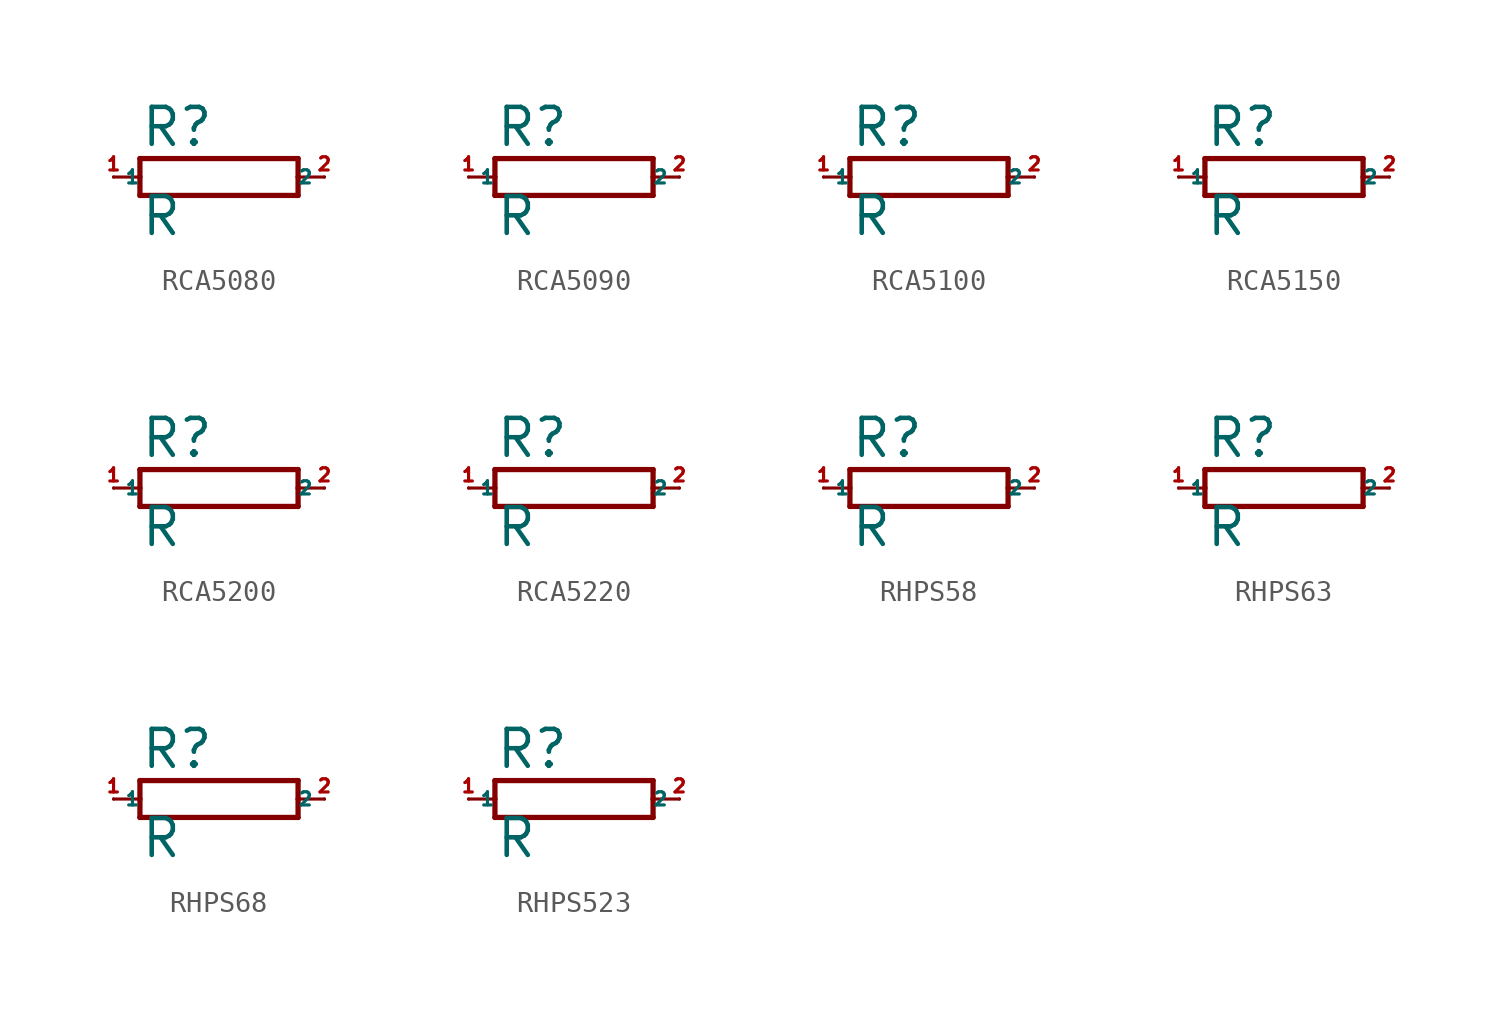
<source format=kicad_sym>
(kicad_symbol_lib
  (version 20220914)
  (generator Eagle2Kicad)
  (symbol "RCA5080"
    (property "Reference" "R"
      (at -3.81 1.372 0)
      (effects (font (size 1.778 1.778) (thickness 0.22)) (justify left bottom)))
    (property "Value" "R"
      (at -3.81 -2.921 0)
      (effects (font (size 1.778 1.778) (thickness 0.22)) (justify left bottom)))
    (polyline
      (pts (xy -3.81 -0.889) (xy 3.81 -0.889))
      (stroke (width 0.254) (type default))
      (fill (type none)))
    (polyline
      (pts (xy 3.81 -0.889) (xy 3.81 0))
      (stroke (width 0.254) (type default))
      (fill (type none)))
    (polyline
      (pts (xy 3.81 0.889) (xy -3.81 0.889))
      (stroke (width 0.254) (type default))
      (fill (type none)))
    (polyline
      (pts (xy -3.81 -0.889) (xy -3.81 0))
      (stroke (width 0.254) (type default))
      (fill (type none)))
    (polyline
      (pts (xy 3.81 0) (xy 5.08 0))
      (stroke (width 0.152) (type default))
      (fill (type none)))
    (polyline
      (pts (xy 3.81 0) (xy 3.81 0.889))
      (stroke (width 0.254) (type default))
      (fill (type none)))
    (polyline
      (pts (xy -5.08 0) (xy -3.81 0))
      (stroke (width 0.152) (type default))
      (fill (type none)))
    (polyline
      (pts (xy -3.81 0) (xy -3.81 0.889))
      (stroke (width 0.254) (type default))
      (fill (type none)))
    (pin passive line
      (at 5.08 0 180)
      (length 0)
      (name "2" (effects (font (size 0.635 0.635) (thickness 0.08)) (justify left bottom)))
      (number "2" (effects (font (size 0.635 0.635) (thickness 0.08)) (justify left bottom))))
    (pin passive line
      (at -5.08 0 0)
      (length 0)
      (name "1" (effects (font (size 0.635 0.635) (thickness 0.08)) (justify left bottom)))
      (number "1" (effects (font (size 0.635 0.635) (thickness 0.08)) (justify left bottom)))))
  (symbol "RCA5090"
    (property "Reference" "R"
      (at -3.81 1.372 0)
      (effects (font (size 1.778 1.778) (thickness 0.22)) (justify left bottom)))
    (property "Value" "R"
      (at -3.81 -2.921 0)
      (effects (font (size 1.778 1.778) (thickness 0.22)) (justify left bottom)))
    (polyline
      (pts (xy -3.81 -0.889) (xy 3.81 -0.889))
      (stroke (width 0.254) (type default))
      (fill (type none)))
    (polyline
      (pts (xy 3.81 -0.889) (xy 3.81 0))
      (stroke (width 0.254) (type default))
      (fill (type none)))
    (polyline
      (pts (xy 3.81 0.889) (xy -3.81 0.889))
      (stroke (width 0.254) (type default))
      (fill (type none)))
    (polyline
      (pts (xy -3.81 -0.889) (xy -3.81 0))
      (stroke (width 0.254) (type default))
      (fill (type none)))
    (polyline
      (pts (xy 3.81 0) (xy 5.08 0))
      (stroke (width 0.152) (type default))
      (fill (type none)))
    (polyline
      (pts (xy 3.81 0) (xy 3.81 0.889))
      (stroke (width 0.254) (type default))
      (fill (type none)))
    (polyline
      (pts (xy -5.08 0) (xy -3.81 0))
      (stroke (width 0.152) (type default))
      (fill (type none)))
    (polyline
      (pts (xy -3.81 0) (xy -3.81 0.889))
      (stroke (width 0.254) (type default))
      (fill (type none)))
    (pin passive line
      (at 5.08 0 180)
      (length 0)
      (name "2" (effects (font (size 0.635 0.635) (thickness 0.08)) (justify left bottom)))
      (number "2" (effects (font (size 0.635 0.635) (thickness 0.08)) (justify left bottom))))
    (pin passive line
      (at -5.08 0 0)
      (length 0)
      (name "1" (effects (font (size 0.635 0.635) (thickness 0.08)) (justify left bottom)))
      (number "1" (effects (font (size 0.635 0.635) (thickness 0.08)) (justify left bottom)))))
  (symbol "RCA5100"
    (property "Reference" "R"
      (at -3.81 1.372 0)
      (effects (font (size 1.778 1.778) (thickness 0.22)) (justify left bottom)))
    (property "Value" "R"
      (at -3.81 -2.921 0)
      (effects (font (size 1.778 1.778) (thickness 0.22)) (justify left bottom)))
    (polyline
      (pts (xy -3.81 -0.889) (xy 3.81 -0.889))
      (stroke (width 0.254) (type default))
      (fill (type none)))
    (polyline
      (pts (xy 3.81 -0.889) (xy 3.81 0))
      (stroke (width 0.254) (type default))
      (fill (type none)))
    (polyline
      (pts (xy 3.81 0.889) (xy -3.81 0.889))
      (stroke (width 0.254) (type default))
      (fill (type none)))
    (polyline
      (pts (xy -3.81 -0.889) (xy -3.81 0))
      (stroke (width 0.254) (type default))
      (fill (type none)))
    (polyline
      (pts (xy 3.81 0) (xy 5.08 0))
      (stroke (width 0.152) (type default))
      (fill (type none)))
    (polyline
      (pts (xy 3.81 0) (xy 3.81 0.889))
      (stroke (width 0.254) (type default))
      (fill (type none)))
    (polyline
      (pts (xy -5.08 0) (xy -3.81 0))
      (stroke (width 0.152) (type default))
      (fill (type none)))
    (polyline
      (pts (xy -3.81 0) (xy -3.81 0.889))
      (stroke (width 0.254) (type default))
      (fill (type none)))
    (pin passive line
      (at 5.08 0 180)
      (length 0)
      (name "2" (effects (font (size 0.635 0.635) (thickness 0.08)) (justify left bottom)))
      (number "2" (effects (font (size 0.635 0.635) (thickness 0.08)) (justify left bottom))))
    (pin passive line
      (at -5.08 0 0)
      (length 0)
      (name "1" (effects (font (size 0.635 0.635) (thickness 0.08)) (justify left bottom)))
      (number "1" (effects (font (size 0.635 0.635) (thickness 0.08)) (justify left bottom)))))
  (symbol "RCA5150"
    (property "Reference" "R"
      (at -3.81 1.372 0)
      (effects (font (size 1.778 1.778) (thickness 0.22)) (justify left bottom)))
    (property "Value" "R"
      (at -3.81 -2.921 0)
      (effects (font (size 1.778 1.778) (thickness 0.22)) (justify left bottom)))
    (polyline
      (pts (xy -3.81 -0.889) (xy 3.81 -0.889))
      (stroke (width 0.254) (type default))
      (fill (type none)))
    (polyline
      (pts (xy 3.81 -0.889) (xy 3.81 0))
      (stroke (width 0.254) (type default))
      (fill (type none)))
    (polyline
      (pts (xy 3.81 0.889) (xy -3.81 0.889))
      (stroke (width 0.254) (type default))
      (fill (type none)))
    (polyline
      (pts (xy -3.81 -0.889) (xy -3.81 0))
      (stroke (width 0.254) (type default))
      (fill (type none)))
    (polyline
      (pts (xy 3.81 0) (xy 5.08 0))
      (stroke (width 0.152) (type default))
      (fill (type none)))
    (polyline
      (pts (xy 3.81 0) (xy 3.81 0.889))
      (stroke (width 0.254) (type default))
      (fill (type none)))
    (polyline
      (pts (xy -5.08 0) (xy -3.81 0))
      (stroke (width 0.152) (type default))
      (fill (type none)))
    (polyline
      (pts (xy -3.81 0) (xy -3.81 0.889))
      (stroke (width 0.254) (type default))
      (fill (type none)))
    (pin passive line
      (at 5.08 0 180)
      (length 0)
      (name "2" (effects (font (size 0.635 0.635) (thickness 0.08)) (justify left bottom)))
      (number "2" (effects (font (size 0.635 0.635) (thickness 0.08)) (justify left bottom))))
    (pin passive line
      (at -5.08 0 0)
      (length 0)
      (name "1" (effects (font (size 0.635 0.635) (thickness 0.08)) (justify left bottom)))
      (number "1" (effects (font (size 0.635 0.635) (thickness 0.08)) (justify left bottom)))))
  (symbol "RCA5200"
    (property "Reference" "R"
      (at -3.81 1.372 0)
      (effects (font (size 1.778 1.778) (thickness 0.22)) (justify left bottom)))
    (property "Value" "R"
      (at -3.81 -2.921 0)
      (effects (font (size 1.778 1.778) (thickness 0.22)) (justify left bottom)))
    (polyline
      (pts (xy -3.81 -0.889) (xy 3.81 -0.889))
      (stroke (width 0.254) (type default))
      (fill (type none)))
    (polyline
      (pts (xy 3.81 -0.889) (xy 3.81 0))
      (stroke (width 0.254) (type default))
      (fill (type none)))
    (polyline
      (pts (xy 3.81 0.889) (xy -3.81 0.889))
      (stroke (width 0.254) (type default))
      (fill (type none)))
    (polyline
      (pts (xy -3.81 -0.889) (xy -3.81 0))
      (stroke (width 0.254) (type default))
      (fill (type none)))
    (polyline
      (pts (xy 3.81 0) (xy 5.08 0))
      (stroke (width 0.152) (type default))
      (fill (type none)))
    (polyline
      (pts (xy 3.81 0) (xy 3.81 0.889))
      (stroke (width 0.254) (type default))
      (fill (type none)))
    (polyline
      (pts (xy -5.08 0) (xy -3.81 0))
      (stroke (width 0.152) (type default))
      (fill (type none)))
    (polyline
      (pts (xy -3.81 0) (xy -3.81 0.889))
      (stroke (width 0.254) (type default))
      (fill (type none)))
    (pin passive line
      (at 5.08 0 180)
      (length 0)
      (name "2" (effects (font (size 0.635 0.635) (thickness 0.08)) (justify left bottom)))
      (number "2" (effects (font (size 0.635 0.635) (thickness 0.08)) (justify left bottom))))
    (pin passive line
      (at -5.08 0 0)
      (length 0)
      (name "1" (effects (font (size 0.635 0.635) (thickness 0.08)) (justify left bottom)))
      (number "1" (effects (font (size 0.635 0.635) (thickness 0.08)) (justify left bottom)))))
  (symbol "RCA5220"
    (property "Reference" "R"
      (at -3.81 1.372 0)
      (effects (font (size 1.778 1.778) (thickness 0.22)) (justify left bottom)))
    (property "Value" "R"
      (at -3.81 -2.921 0)
      (effects (font (size 1.778 1.778) (thickness 0.22)) (justify left bottom)))
    (polyline
      (pts (xy -3.81 -0.889) (xy 3.81 -0.889))
      (stroke (width 0.254) (type default))
      (fill (type none)))
    (polyline
      (pts (xy 3.81 -0.889) (xy 3.81 0))
      (stroke (width 0.254) (type default))
      (fill (type none)))
    (polyline
      (pts (xy 3.81 0.889) (xy -3.81 0.889))
      (stroke (width 0.254) (type default))
      (fill (type none)))
    (polyline
      (pts (xy -3.81 -0.889) (xy -3.81 0))
      (stroke (width 0.254) (type default))
      (fill (type none)))
    (polyline
      (pts (xy 3.81 0) (xy 5.08 0))
      (stroke (width 0.152) (type default))
      (fill (type none)))
    (polyline
      (pts (xy 3.81 0) (xy 3.81 0.889))
      (stroke (width 0.254) (type default))
      (fill (type none)))
    (polyline
      (pts (xy -5.08 0) (xy -3.81 0))
      (stroke (width 0.152) (type default))
      (fill (type none)))
    (polyline
      (pts (xy -3.81 0) (xy -3.81 0.889))
      (stroke (width 0.254) (type default))
      (fill (type none)))
    (pin passive line
      (at 5.08 0 180)
      (length 0)
      (name "2" (effects (font (size 0.635 0.635) (thickness 0.08)) (justify left bottom)))
      (number "2" (effects (font (size 0.635 0.635) (thickness 0.08)) (justify left bottom))))
    (pin passive line
      (at -5.08 0 0)
      (length 0)
      (name "1" (effects (font (size 0.635 0.635) (thickness 0.08)) (justify left bottom)))
      (number "1" (effects (font (size 0.635 0.635) (thickness 0.08)) (justify left bottom)))))
  (symbol "RHPS58"
    (property "Reference" "R"
      (at -3.81 1.372 0)
      (effects (font (size 1.778 1.778) (thickness 0.22)) (justify left bottom)))
    (property "Value" "R"
      (at -3.81 -2.921 0)
      (effects (font (size 1.778 1.778) (thickness 0.22)) (justify left bottom)))
    (polyline
      (pts (xy -3.81 -0.889) (xy 3.81 -0.889))
      (stroke (width 0.254) (type default))
      (fill (type none)))
    (polyline
      (pts (xy 3.81 -0.889) (xy 3.81 0))
      (stroke (width 0.254) (type default))
      (fill (type none)))
    (polyline
      (pts (xy 3.81 0.889) (xy -3.81 0.889))
      (stroke (width 0.254) (type default))
      (fill (type none)))
    (polyline
      (pts (xy -3.81 -0.889) (xy -3.81 0))
      (stroke (width 0.254) (type default))
      (fill (type none)))
    (polyline
      (pts (xy 3.81 0) (xy 5.08 0))
      (stroke (width 0.152) (type default))
      (fill (type none)))
    (polyline
      (pts (xy 3.81 0) (xy 3.81 0.889))
      (stroke (width 0.254) (type default))
      (fill (type none)))
    (polyline
      (pts (xy -5.08 0) (xy -3.81 0))
      (stroke (width 0.152) (type default))
      (fill (type none)))
    (polyline
      (pts (xy -3.81 0) (xy -3.81 0.889))
      (stroke (width 0.254) (type default))
      (fill (type none)))
    (pin passive line
      (at 5.08 0 180)
      (length 0)
      (name "2" (effects (font (size 0.635 0.635) (thickness 0.08)) (justify left bottom)))
      (number "2" (effects (font (size 0.635 0.635) (thickness 0.08)) (justify left bottom))))
    (pin passive line
      (at -5.08 0 0)
      (length 0)
      (name "1" (effects (font (size 0.635 0.635) (thickness 0.08)) (justify left bottom)))
      (number "1" (effects (font (size 0.635 0.635) (thickness 0.08)) (justify left bottom)))))
  (symbol "RHPS63"
    (property "Reference" "R"
      (at -3.81 1.372 0)
      (effects (font (size 1.778 1.778) (thickness 0.22)) (justify left bottom)))
    (property "Value" "R"
      (at -3.81 -2.921 0)
      (effects (font (size 1.778 1.778) (thickness 0.22)) (justify left bottom)))
    (polyline
      (pts (xy -3.81 -0.889) (xy 3.81 -0.889))
      (stroke (width 0.254) (type default))
      (fill (type none)))
    (polyline
      (pts (xy 3.81 -0.889) (xy 3.81 0))
      (stroke (width 0.254) (type default))
      (fill (type none)))
    (polyline
      (pts (xy 3.81 0.889) (xy -3.81 0.889))
      (stroke (width 0.254) (type default))
      (fill (type none)))
    (polyline
      (pts (xy -3.81 -0.889) (xy -3.81 0))
      (stroke (width 0.254) (type default))
      (fill (type none)))
    (polyline
      (pts (xy 3.81 0) (xy 5.08 0))
      (stroke (width 0.152) (type default))
      (fill (type none)))
    (polyline
      (pts (xy 3.81 0) (xy 3.81 0.889))
      (stroke (width 0.254) (type default))
      (fill (type none)))
    (polyline
      (pts (xy -5.08 0) (xy -3.81 0))
      (stroke (width 0.152) (type default))
      (fill (type none)))
    (polyline
      (pts (xy -3.81 0) (xy -3.81 0.889))
      (stroke (width 0.254) (type default))
      (fill (type none)))
    (pin passive line
      (at 5.08 0 180)
      (length 0)
      (name "2" (effects (font (size 0.635 0.635) (thickness 0.08)) (justify left bottom)))
      (number "2" (effects (font (size 0.635 0.635) (thickness 0.08)) (justify left bottom))))
    (pin passive line
      (at -5.08 0 0)
      (length 0)
      (name "1" (effects (font (size 0.635 0.635) (thickness 0.08)) (justify left bottom)))
      (number "1" (effects (font (size 0.635 0.635) (thickness 0.08)) (justify left bottom)))))
  (symbol "RHPS68"
    (property "Reference" "R"
      (at -3.81 1.372 0)
      (effects (font (size 1.778 1.778) (thickness 0.22)) (justify left bottom)))
    (property "Value" "R"
      (at -3.81 -2.921 0)
      (effects (font (size 1.778 1.778) (thickness 0.22)) (justify left bottom)))
    (polyline
      (pts (xy -3.81 -0.889) (xy 3.81 -0.889))
      (stroke (width 0.254) (type default))
      (fill (type none)))
    (polyline
      (pts (xy 3.81 -0.889) (xy 3.81 0))
      (stroke (width 0.254) (type default))
      (fill (type none)))
    (polyline
      (pts (xy 3.81 0.889) (xy -3.81 0.889))
      (stroke (width 0.254) (type default))
      (fill (type none)))
    (polyline
      (pts (xy -3.81 -0.889) (xy -3.81 0))
      (stroke (width 0.254) (type default))
      (fill (type none)))
    (polyline
      (pts (xy 3.81 0) (xy 5.08 0))
      (stroke (width 0.152) (type default))
      (fill (type none)))
    (polyline
      (pts (xy 3.81 0) (xy 3.81 0.889))
      (stroke (width 0.254) (type default))
      (fill (type none)))
    (polyline
      (pts (xy -5.08 0) (xy -3.81 0))
      (stroke (width 0.152) (type default))
      (fill (type none)))
    (polyline
      (pts (xy -3.81 0) (xy -3.81 0.889))
      (stroke (width 0.254) (type default))
      (fill (type none)))
    (pin passive line
      (at 5.08 0 180)
      (length 0)
      (name "2" (effects (font (size 0.635 0.635) (thickness 0.08)) (justify left bottom)))
      (number "2" (effects (font (size 0.635 0.635) (thickness 0.08)) (justify left bottom))))
    (pin passive line
      (at -5.08 0 0)
      (length 0)
      (name "1" (effects (font (size 0.635 0.635) (thickness 0.08)) (justify left bottom)))
      (number "1" (effects (font (size 0.635 0.635) (thickness 0.08)) (justify left bottom)))))
  (symbol "RHPS523"
    (property "Reference" "R"
      (at -3.81 1.372 0)
      (effects (font (size 1.778 1.778) (thickness 0.22)) (justify left bottom)))
    (property "Value" "R"
      (at -3.81 -2.921 0)
      (effects (font (size 1.778 1.778) (thickness 0.22)) (justify left bottom)))
    (polyline
      (pts (xy -3.81 -0.889) (xy 3.81 -0.889))
      (stroke (width 0.254) (type default))
      (fill (type none)))
    (polyline
      (pts (xy 3.81 -0.889) (xy 3.81 0))
      (stroke (width 0.254) (type default))
      (fill (type none)))
    (polyline
      (pts (xy 3.81 0.889) (xy -3.81 0.889))
      (stroke (width 0.254) (type default))
      (fill (type none)))
    (polyline
      (pts (xy -3.81 -0.889) (xy -3.81 0))
      (stroke (width 0.254) (type default))
      (fill (type none)))
    (polyline
      (pts (xy 3.81 0) (xy 5.08 0))
      (stroke (width 0.152) (type default))
      (fill (type none)))
    (polyline
      (pts (xy 3.81 0) (xy 3.81 0.889))
      (stroke (width 0.254) (type default))
      (fill (type none)))
    (polyline
      (pts (xy -5.08 0) (xy -3.81 0))
      (stroke (width 0.152) (type default))
      (fill (type none)))
    (polyline
      (pts (xy -3.81 0) (xy -3.81 0.889))
      (stroke (width 0.254) (type default))
      (fill (type none)))
    (pin passive line
      (at 5.08 0 180)
      (length 0)
      (name "2" (effects (font (size 0.635 0.635) (thickness 0.08)) (justify left bottom)))
      (number "2" (effects (font (size 0.635 0.635) (thickness 0.08)) (justify left bottom))))
    (pin passive line
      (at -5.08 0 0)
      (length 0)
      (name "1" (effects (font (size 0.635 0.635) (thickness 0.08)) (justify left bottom)))
      (number "1" (effects (font (size 0.635 0.635) (thickness 0.08)) (justify left bottom))))))
</source>
